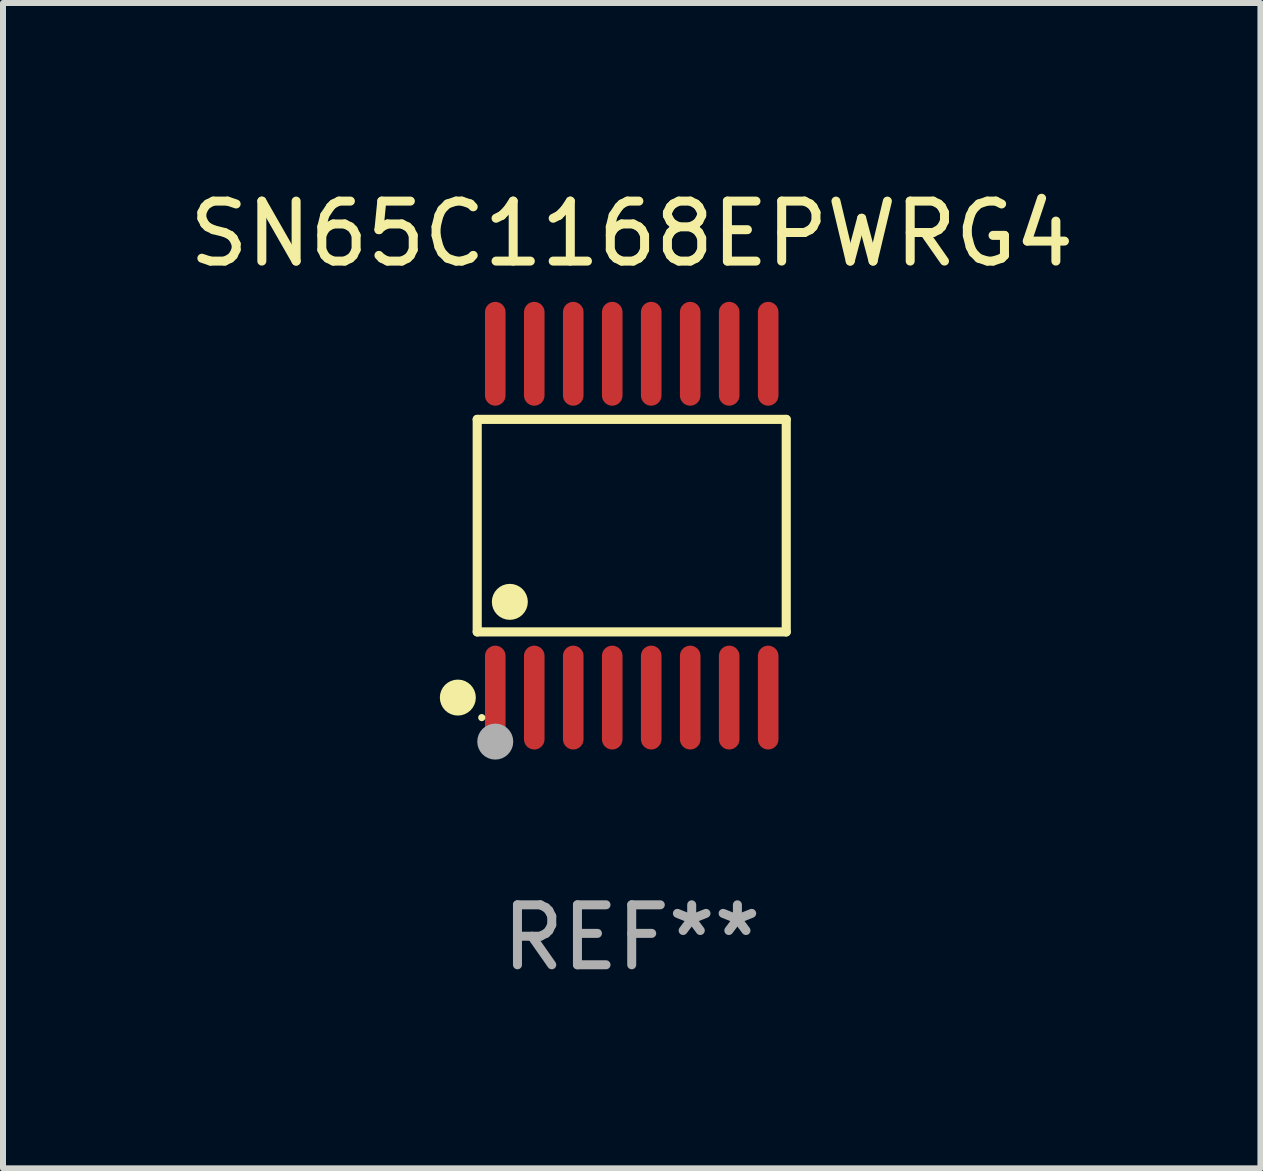
<source format=kicad_pcb>
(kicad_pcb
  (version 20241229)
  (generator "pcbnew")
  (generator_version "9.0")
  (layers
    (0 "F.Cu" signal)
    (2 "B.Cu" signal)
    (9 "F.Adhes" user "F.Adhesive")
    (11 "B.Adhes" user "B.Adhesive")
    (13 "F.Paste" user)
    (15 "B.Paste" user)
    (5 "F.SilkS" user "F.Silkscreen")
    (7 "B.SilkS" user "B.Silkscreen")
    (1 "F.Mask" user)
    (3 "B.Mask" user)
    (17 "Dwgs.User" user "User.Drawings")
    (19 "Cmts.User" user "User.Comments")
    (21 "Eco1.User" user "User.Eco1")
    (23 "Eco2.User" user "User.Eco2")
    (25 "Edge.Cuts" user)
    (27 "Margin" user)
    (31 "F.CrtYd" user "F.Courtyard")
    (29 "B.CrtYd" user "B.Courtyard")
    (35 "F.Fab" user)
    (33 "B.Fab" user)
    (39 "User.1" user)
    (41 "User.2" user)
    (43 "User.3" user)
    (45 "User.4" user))
  (footprint "SN65C1168EPWRG4"
    (layer "F.Cu")
    (at 7.482 5.714)
    (property "Reference" "SN65C1168EPWRG4" (at 0 -4.866 0) (layer "F.SilkS") (effects (font (size 1 1) (thickness 0.15))))
    (attr through_hole)
    (fp_line (start -2.576 -1.772) (end 2.576 -1.772) (stroke (width 0.152) (type solid)) (layer "F.SilkS"))
    (fp_line (start -2.576 1.771) (end -2.576 -1.772) (stroke (width 0.152) (type solid)) (layer "F.SilkS"))
    (fp_line (start 2.576 -1.772) (end 2.576 1.771) (stroke (width 0.152) (type solid)) (layer "F.SilkS"))
    (fp_line (start 2.576 1.771) (end -2.576 1.771) (stroke (width 0.152) (type solid)) (layer "F.SilkS"))
    (fp_circle (center -2.899 2.866) (end -2.749 2.866) (stroke (width 0.3) (type solid)) (fill no) (layer "F.SilkS"))
    (fp_circle (center -2.5 3.2) (end -2.47 3.2) (stroke (width 0.06) (type solid)) (fill no) (layer "F.SilkS"))
    (fp_circle (center -2.032 1.27) (end -1.882 1.27) (stroke (width 0.3) (type solid)) (fill no) (layer "F.SilkS"))
    (fp_circle (center -2.275 3.6) (end -2.125 3.6) (stroke (width 0.3) (type solid)) (fill no) (layer "F.Fab"))
    (fp_text user "REF**" (at 0 6.866 0) (layer "F.Fab") (effects (font (size 1 1) (thickness 0.15))))
    (pad "1" smd oval (at -2.275 2.866) (size 0.343 1.731) (layers "F.Cu" "F.Mask" "F.Paste"))
    (pad "2" smd oval (at -1.625 2.866) (size 0.343 1.731) (layers "F.Cu" "F.Mask" "F.Paste"))
    (pad "3" smd oval (at -0.975 2.866) (size 0.343 1.731) (layers "F.Cu" "F.Mask" "F.Paste"))
    (pad "4" smd oval (at -0.325 2.866) (size 0.343 1.731) (layers "F.Cu" "F.Mask" "F.Paste"))
    (pad "5" smd oval (at 0.325 2.866) (size 0.343 1.731) (layers "F.Cu" "F.Mask" "F.Paste"))
    (pad "6" smd oval (at 0.975 2.866) (size 0.343 1.731) (layers "F.Cu" "F.Mask" "F.Paste"))
    (pad "7" smd oval (at 1.625 2.866) (size 0.343 1.731) (layers "F.Cu" "F.Mask" "F.Paste"))
    (pad "8" smd oval (at 2.275 2.866) (size 0.343 1.731) (layers "F.Cu" "F.Mask" "F.Paste"))
    (pad "9" smd oval (at 2.275 -2.866) (size 0.343 1.731) (layers "F.Cu" "F.Mask" "F.Paste"))
    (pad "10" smd oval (at 1.625 -2.866) (size 0.343 1.731) (layers "F.Cu" "F.Mask" "F.Paste"))
    (pad "11" smd oval (at 0.975 -2.866) (size 0.343 1.731) (layers "F.Cu" "F.Mask" "F.Paste"))
    (pad "12" smd oval (at 0.325 -2.866) (size 0.343 1.731) (layers "F.Cu" "F.Mask" "F.Paste"))
    (pad "13" smd oval (at -0.325 -2.866) (size 0.343 1.731) (layers "F.Cu" "F.Mask" "F.Paste"))
    (pad "14" smd oval (at -0.975 -2.866) (size 0.343 1.731) (layers "F.Cu" "F.Mask" "F.Paste"))
    (pad "15" smd oval (at -1.625 -2.866) (size 0.343 1.731) (layers "F.Cu" "F.Mask" "F.Paste"))
    (pad "16" smd oval (at -2.275 -2.866) (size 0.343 1.731) (layers "F.Cu" "F.Mask" "F.Paste")))
  (gr_rect
    (start -3 -3)
    (end 17.964 16.428)
    (stroke (width 0.1) (type default))
    (fill no)
    (layer "Edge.Cuts")))
</source>
